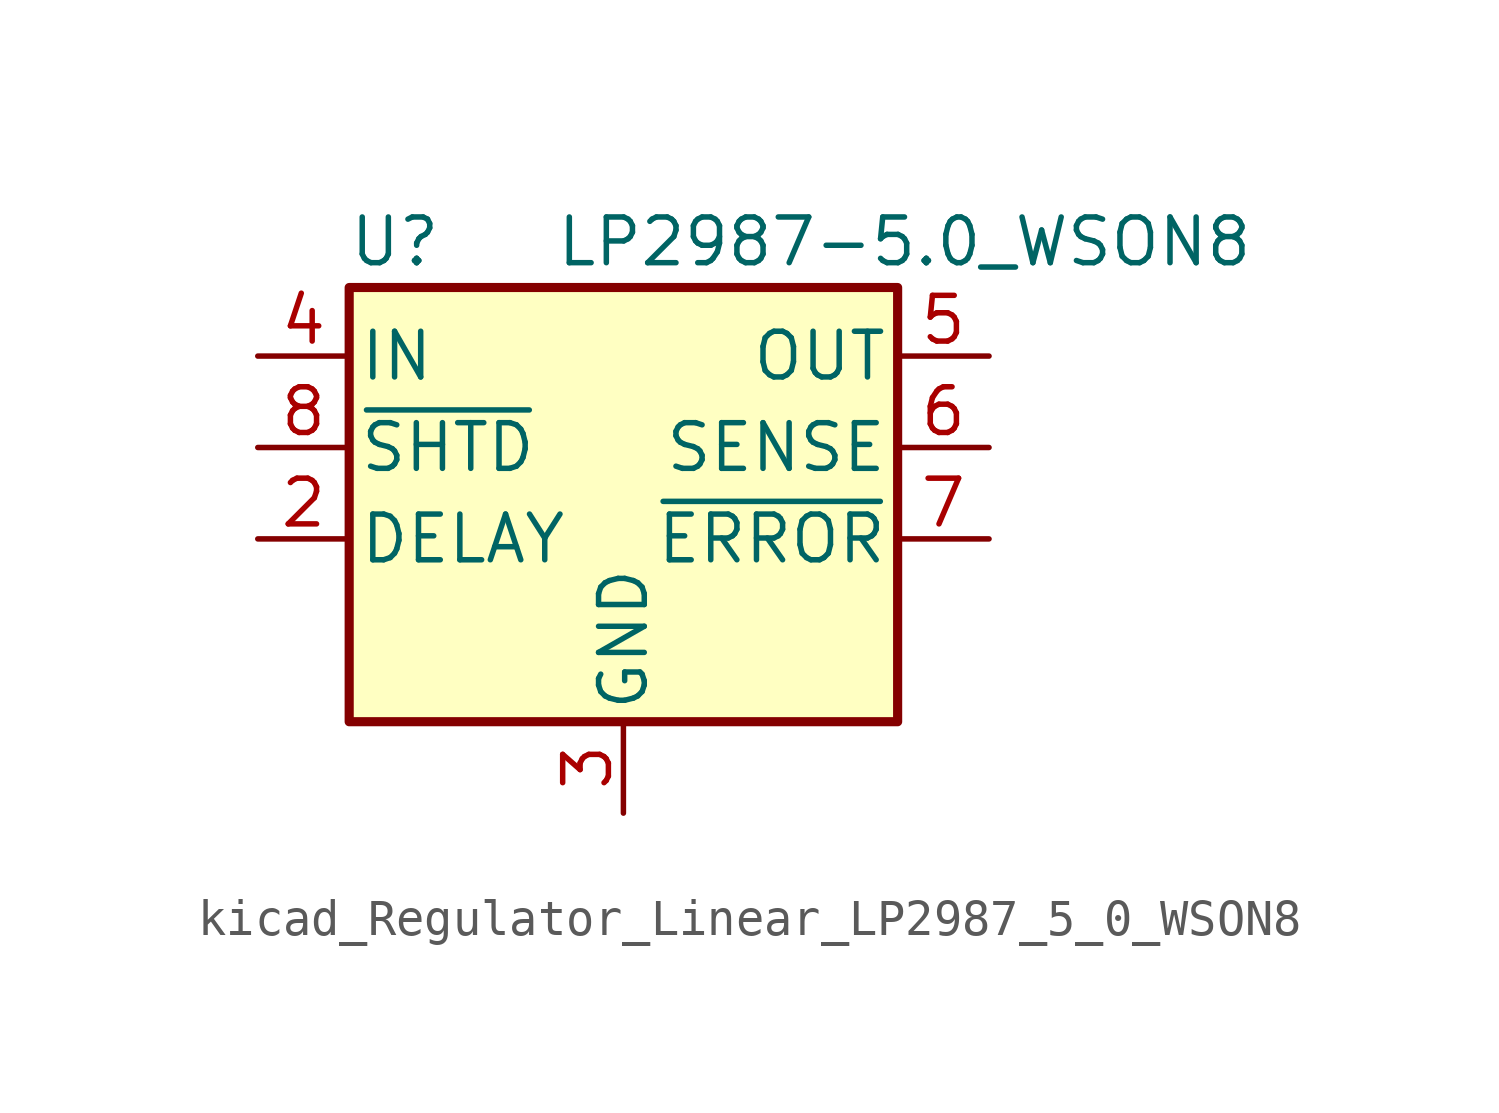
<source format=kicad_sym>
(kicad_symbol_lib
  (version 20220914)
  (generator kicad_symbol_editor)
  (symbol "kicad_Regulator_Linear_LP2987_5_0_WSON8"
    (pin_names
      (offset 0.254))
    (property "Reference" "U"
      (at -6.35 5.715 0)
      (effects (font (size 1.27 1.27))))
    (property "Value" "LP2987-5.0_WSON8"
      (at -1.905 5.715 0)
      (effects (font (size 1.27 1.27)) (justify left)))
    (symbol "kicad_Regulator_Linear_LP2987_5_0_WSON8_0_1"
      (rectangle (start -7.62 4.445) (end 7.62 -7.62) (stroke (width 0.254) (type default)) (fill (type background))))
    (symbol "kicad_Regulator_Linear_LP2987_5_0_WSON8_1_1"
      (pin no_connect line (at 2.54 -7.62 90) (length 2.54) hide (name "NC" (effects (font (size 1.27 1.27)))) (number "1" (effects (font (size 1.27 1.27)))))
      (pin passive line (at -10.16 -2.54 0) (length 2.54) (name "DELAY" (effects (font (size 1.27 1.27)))) (number "2" (effects (font (size 1.27 1.27)))))
      (pin power_in line (at 0 -10.16 90) (length 2.54) (name "GND" (effects (font (size 1.27 1.27)))) (number "3" (effects (font (size 1.27 1.27)))))
      (pin power_in line (at -10.16 2.54 0) (length 2.54) (name "IN" (effects (font (size 1.27 1.27)))) (number "4" (effects (font (size 1.27 1.27)))))
      (pin power_out line (at 10.16 2.54 180) (length 2.54) (name "OUT" (effects (font (size 1.27 1.27)))) (number "5" (effects (font (size 1.27 1.27)))))
      (pin input line (at 10.16 0 180) (length 2.54) (name "SENSE" (effects (font (size 1.27 1.27)))) (number "6" (effects (font (size 1.27 1.27)))))
      (pin output line (at 10.16 -2.54 180) (length 2.54) (name "~{ERROR}" (effects (font (size 1.27 1.27)))) (number "7" (effects (font (size 1.27 1.27)))))
      (pin input line (at -10.16 0 0) (length 2.54) (name "~{SHTD}" (effects (font (size 1.27 1.27)))) (number "8" (effects (font (size 1.27 1.27)))))
      (pin passive line (at 0 -10.16 90) (length 2.54) hide (name "GND" (effects (font (size 1.27 1.27)))) (number "9" (effects (font (size 1.27 1.27))))))))
</source>
